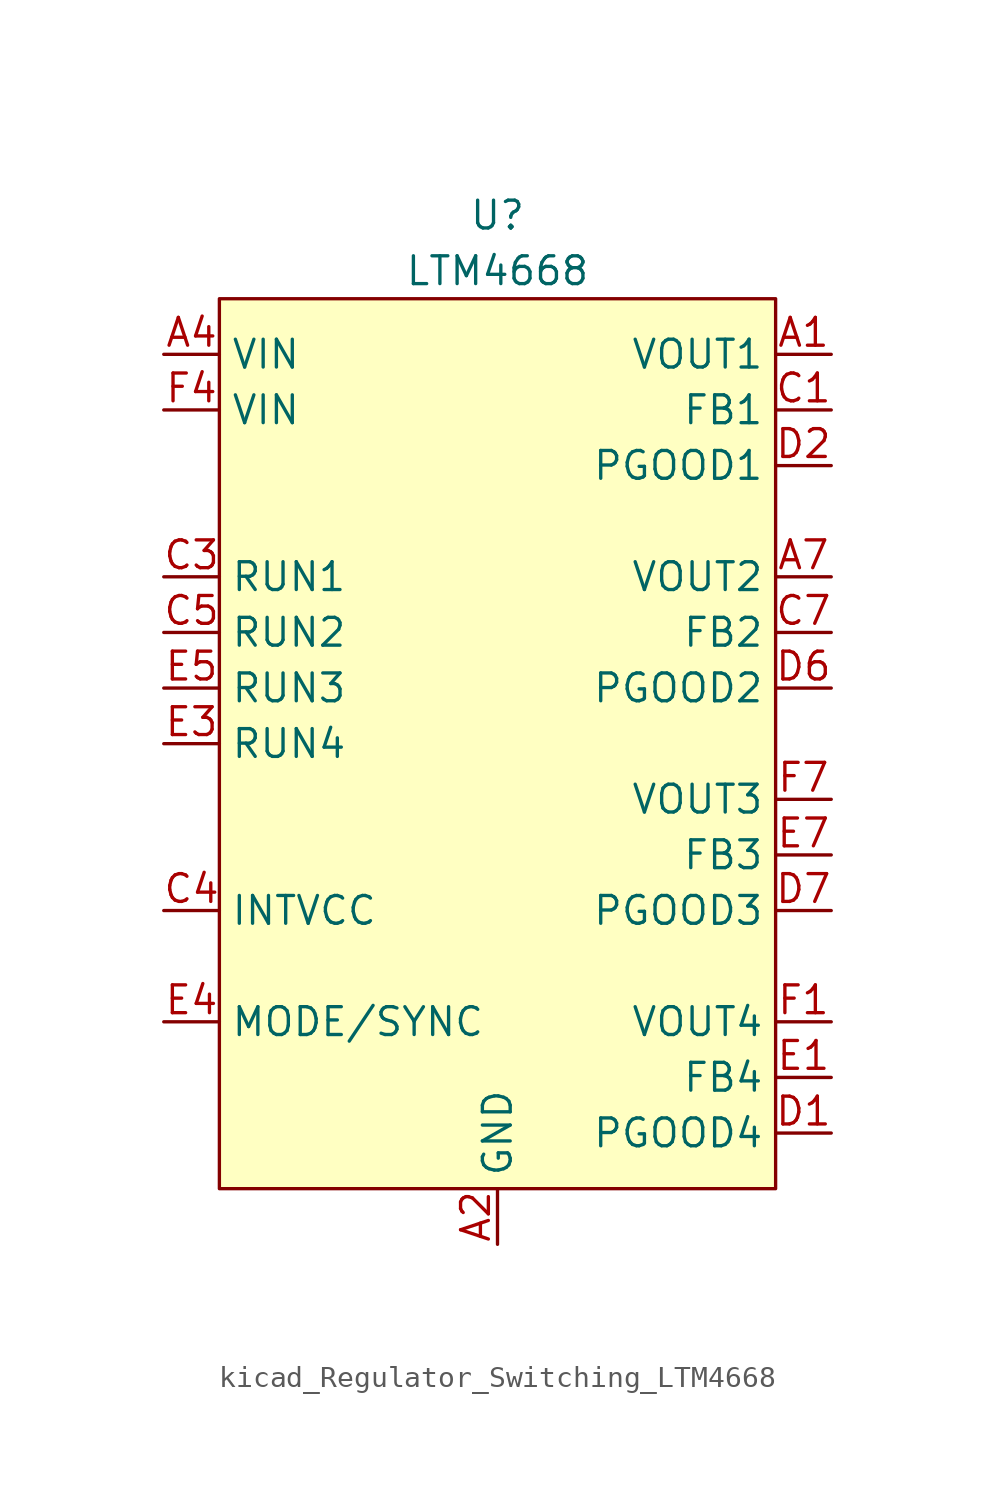
<source format=kicad_sym>
(kicad_symbol_lib
  (version 20220914)
  (generator kicad_symbol_editor)
  (symbol "kicad_Regulator_Switching_LTM4668"
    (property "Reference" "U"
      (at 0 24.13 0)
      (effects (font (size 1.27 1.27))))
    (property "Value" "LTM4668"
      (at 0 21.59 0)
      (effects (font (size 1.27 1.27))))
    (symbol "kicad_Regulator_Switching_LTM4668_1_1"
      (rectangle (start -12.7 20.32) (end 12.7 -20.32) (stroke (width 0) (type default)) (fill (type background)))
      (pin power_out line (at 15.24 17.78 180) (length 2.54) (name "VOUT1" (effects (font (size 1.27 1.27)))) (number "A1" (effects (font (size 1.27 1.27)))))
      (pin power_in line (at 0 -22.86 90) (length 2.54) (name "GND" (effects (font (size 1.27 1.27)))) (number "A2" (effects (font (size 1.27 1.27)))))
      (pin passive line (at 0 -22.86 90) (length 2.54) hide (name "GND" (effects (font (size 1.27 1.27)))) (number "A3" (effects (font (size 1.27 1.27)))))
      (pin power_in line (at -15.24 17.78 0) (length 2.54) (name "VIN" (effects (font (size 1.27 1.27)))) (number "A4" (effects (font (size 1.27 1.27)))))
      (pin passive line (at 0 -22.86 90) (length 2.54) hide (name "GND" (effects (font (size 1.27 1.27)))) (number "A5" (effects (font (size 1.27 1.27)))))
      (pin passive line (at 0 -22.86 90) (length 2.54) hide (name "GND" (effects (font (size 1.27 1.27)))) (number "A6" (effects (font (size 1.27 1.27)))))
      (pin power_out line (at 15.24 7.62 180) (length 2.54) (name "VOUT2" (effects (font (size 1.27 1.27)))) (number "A7" (effects (font (size 1.27 1.27)))))
      (pin passive line (at 15.24 17.78 180) (length 2.54) hide (name "VOUT1" (effects (font (size 1.27 1.27)))) (number "B1" (effects (font (size 1.27 1.27)))))
      (pin passive line (at 0 -22.86 90) (length 2.54) hide (name "GND" (effects (font (size 1.27 1.27)))) (number "B2" (effects (font (size 1.27 1.27)))))
      (pin passive line (at 0 -22.86 90) (length 2.54) hide (name "GND" (effects (font (size 1.27 1.27)))) (number "B3" (effects (font (size 1.27 1.27)))))
      (pin passive line (at -15.24 17.78 0) (length 2.54) hide (name "VIN" (effects (font (size 1.27 1.27)))) (number "B4" (effects (font (size 1.27 1.27)))))
      (pin passive line (at 0 -22.86 90) (length 2.54) hide (name "GND" (effects (font (size 1.27 1.27)))) (number "B5" (effects (font (size 1.27 1.27)))))
      (pin passive line (at 0 -22.86 90) (length 2.54) hide (name "GND" (effects (font (size 1.27 1.27)))) (number "B6" (effects (font (size 1.27 1.27)))))
      (pin passive line (at 15.24 7.62 180) (length 2.54) hide (name "VOUT2" (effects (font (size 1.27 1.27)))) (number "B7" (effects (font (size 1.27 1.27)))))
      (pin output line (at 15.24 15.24 180) (length 2.54) (name "FB1" (effects (font (size 1.27 1.27)))) (number "C1" (effects (font (size 1.27 1.27)))))
      (pin passive line (at 0 -22.86 90) (length 2.54) hide (name "GND" (effects (font (size 1.27 1.27)))) (number "C2" (effects (font (size 1.27 1.27)))))
      (pin input line (at -15.24 7.62 0) (length 2.54) (name "RUN1" (effects (font (size 1.27 1.27)))) (number "C3" (effects (font (size 1.27 1.27)))))
      (pin output line (at -15.24 -7.62 0) (length 2.54) (name "INTVCC" (effects (font (size 1.27 1.27)))) (number "C4" (effects (font (size 1.27 1.27)))))
      (pin input line (at -15.24 5.08 0) (length 2.54) (name "RUN2" (effects (font (size 1.27 1.27)))) (number "C5" (effects (font (size 1.27 1.27)))))
      (pin passive line (at 0 -22.86 90) (length 2.54) hide (name "GND" (effects (font (size 1.27 1.27)))) (number "C6" (effects (font (size 1.27 1.27)))))
      (pin output line (at 15.24 5.08 180) (length 2.54) (name "FB2" (effects (font (size 1.27 1.27)))) (number "C7" (effects (font (size 1.27 1.27)))))
      (pin open_collector line (at 15.24 -17.78 180) (length 2.54) (name "PGOOD4" (effects (font (size 1.27 1.27)))) (number "D1" (effects (font (size 1.27 1.27)))))
      (pin open_collector line (at 15.24 12.7 180) (length 2.54) (name "PGOOD1" (effects (font (size 1.27 1.27)))) (number "D2" (effects (font (size 1.27 1.27)))))
      (pin passive line (at 0 -22.86 90) (length 2.54) hide (name "GND" (effects (font (size 1.27 1.27)))) (number "D3" (effects (font (size 1.27 1.27)))))
      (pin passive line (at 0 -22.86 90) (length 2.54) hide (name "GND" (effects (font (size 1.27 1.27)))) (number "D4" (effects (font (size 1.27 1.27)))))
      (pin passive line (at 0 -22.86 90) (length 2.54) hide (name "GND" (effects (font (size 1.27 1.27)))) (number "D5" (effects (font (size 1.27 1.27)))))
      (pin open_collector line (at 15.24 2.54 180) (length 2.54) (name "PGOOD2" (effects (font (size 1.27 1.27)))) (number "D6" (effects (font (size 1.27 1.27)))))
      (pin open_collector line (at 15.24 -7.62 180) (length 2.54) (name "PGOOD3" (effects (font (size 1.27 1.27)))) (number "D7" (effects (font (size 1.27 1.27)))))
      (pin output line (at 15.24 -15.24 180) (length 2.54) (name "FB4" (effects (font (size 1.27 1.27)))) (number "E1" (effects (font (size 1.27 1.27)))))
      (pin passive line (at 0 -22.86 90) (length 2.54) hide (name "GND" (effects (font (size 1.27 1.27)))) (number "E2" (effects (font (size 1.27 1.27)))))
      (pin input line (at -15.24 0 0) (length 2.54) (name "RUN4" (effects (font (size 1.27 1.27)))) (number "E3" (effects (font (size 1.27 1.27)))))
      (pin input line (at -15.24 -12.7 0) (length 2.54) (name "MODE/SYNC" (effects (font (size 1.27 1.27)))) (number "E4" (effects (font (size 1.27 1.27)))))
      (pin input line (at -15.24 2.54 0) (length 2.54) (name "RUN3" (effects (font (size 1.27 1.27)))) (number "E5" (effects (font (size 1.27 1.27)))))
      (pin passive line (at 0 -22.86 90) (length 2.54) hide (name "GND" (effects (font (size 1.27 1.27)))) (number "E6" (effects (font (size 1.27 1.27)))))
      (pin output line (at 15.24 -5.08 180) (length 2.54) (name "FB3" (effects (font (size 1.27 1.27)))) (number "E7" (effects (font (size 1.27 1.27)))))
      (pin power_out line (at 15.24 -12.7 180) (length 2.54) (name "VOUT4" (effects (font (size 1.27 1.27)))) (number "F1" (effects (font (size 1.27 1.27)))))
      (pin passive line (at 0 -22.86 90) (length 2.54) hide (name "GND" (effects (font (size 1.27 1.27)))) (number "F2" (effects (font (size 1.27 1.27)))))
      (pin passive line (at 0 -22.86 90) (length 2.54) hide (name "GND" (effects (font (size 1.27 1.27)))) (number "F3" (effects (font (size 1.27 1.27)))))
      (pin power_in line (at -15.24 15.24 0) (length 2.54) (name "VIN" (effects (font (size 1.27 1.27)))) (number "F4" (effects (font (size 1.27 1.27)))))
      (pin passive line (at 0 -22.86 90) (length 2.54) hide (name "GND" (effects (font (size 1.27 1.27)))) (number "F5" (effects (font (size 1.27 1.27)))))
      (pin passive line (at 0 -22.86 90) (length 2.54) hide (name "GND" (effects (font (size 1.27 1.27)))) (number "F6" (effects (font (size 1.27 1.27)))))
      (pin power_out line (at 15.24 -2.54 180) (length 2.54) (name "VOUT3" (effects (font (size 1.27 1.27)))) (number "F7" (effects (font (size 1.27 1.27)))))
      (pin passive line (at 15.24 -12.7 180) (length 2.54) hide (name "VOUT4" (effects (font (size 1.27 1.27)))) (number "G1" (effects (font (size 1.27 1.27)))))
      (pin passive line (at 0 -22.86 90) (length 2.54) hide (name "GND" (effects (font (size 1.27 1.27)))) (number "G2" (effects (font (size 1.27 1.27)))))
      (pin passive line (at 0 -22.86 90) (length 2.54) hide (name "GND" (effects (font (size 1.27 1.27)))) (number "G3" (effects (font (size 1.27 1.27)))))
      (pin passive line (at -15.24 15.24 0) (length 2.54) hide (name "VIN" (effects (font (size 1.27 1.27)))) (number "G4" (effects (font (size 1.27 1.27)))))
      (pin passive line (at 0 -22.86 90) (length 2.54) hide (name "GND" (effects (font (size 1.27 1.27)))) (number "G5" (effects (font (size 1.27 1.27)))))
      (pin passive line (at 0 -22.86 90) (length 2.54) hide (name "GND" (effects (font (size 1.27 1.27)))) (number "G6" (effects (font (size 1.27 1.27)))))
      (pin passive line (at 15.24 -2.54 180) (length 2.54) hide (name "VOUT3" (effects (font (size 1.27 1.27)))) (number "G7" (effects (font (size 1.27 1.27))))))))
</source>
